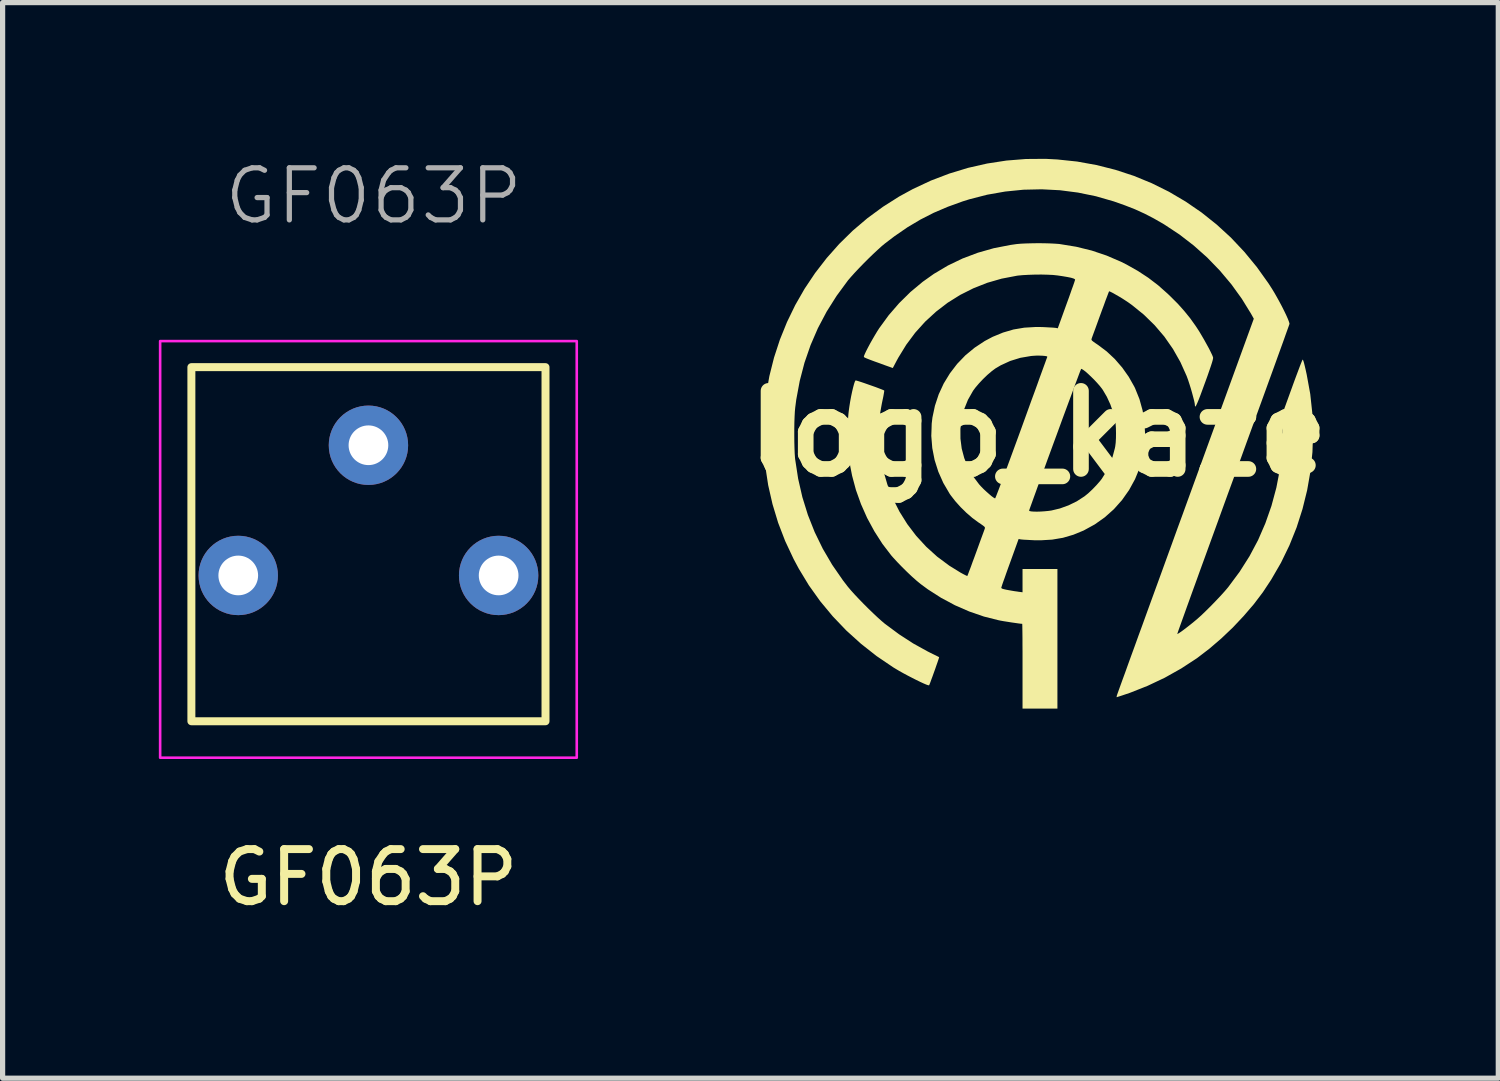
<source format=kicad_pcb>
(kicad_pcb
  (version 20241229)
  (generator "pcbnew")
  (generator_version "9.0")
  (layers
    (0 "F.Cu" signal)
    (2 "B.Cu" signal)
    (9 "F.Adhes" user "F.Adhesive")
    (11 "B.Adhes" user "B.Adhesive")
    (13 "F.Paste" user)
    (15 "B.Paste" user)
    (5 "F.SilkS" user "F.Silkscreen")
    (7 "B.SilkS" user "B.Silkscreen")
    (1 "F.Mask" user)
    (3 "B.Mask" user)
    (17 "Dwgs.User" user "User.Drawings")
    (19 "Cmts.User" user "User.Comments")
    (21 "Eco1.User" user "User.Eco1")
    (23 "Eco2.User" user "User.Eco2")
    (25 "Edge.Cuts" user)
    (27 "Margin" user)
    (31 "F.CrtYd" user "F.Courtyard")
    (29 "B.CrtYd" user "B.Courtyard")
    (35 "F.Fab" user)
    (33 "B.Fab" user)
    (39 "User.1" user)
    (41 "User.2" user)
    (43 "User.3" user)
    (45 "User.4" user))
  (footprint "logo_kaze"
    (layer "F.Cu")
    (at 16.886 5.277)
    (property "Reference" "logo_kaze" (at 0 0 0) (layer "F.SilkS") (effects (font (size 1.5 1.5) (thickness 0.3))))
    (attr board_only exclude_from_pos_files exclude_from_bom)
    (fp_poly (pts (xy 0.367 -5.265) (xy 0.747 -5.225) (xy 1.119 -5.158) (xy 1.483 -5.066) (xy 1.837 -4.95) (xy 2.18 -4.809) (xy 2.511 -4.645) (xy 2.83 -4.457) (xy 3.135 -4.248) (xy 3.426 -4.016) (xy 3.701 -3.764) (xy 3.959 -3.49) (xy 4.2 -3.197) (xy 4.423 -2.884) (xy 4.49 -2.78) (xy 4.536 -2.704) (xy 4.584 -2.62) (xy 4.633 -2.531) (xy 4.68 -2.443) (xy 4.723 -2.357) (xy 4.761 -2.278) (xy 4.792 -2.209) (xy 4.813 -2.155) (xy 4.824 -2.119) (xy 4.825 -2.108) (xy 4.82 -2.092) (xy 4.806 -2.052) (xy 4.783 -1.988) (xy 4.752 -1.902) (xy 4.714 -1.794) (xy 4.668 -1.667) (xy 4.615 -1.521) (xy 4.556 -1.357) (xy 4.491 -1.177) (xy 4.42 -0.982) (xy 4.344 -0.772) (xy 4.263 -0.549) (xy 4.178 -0.315) (xy 4.089 -0.07) (xy 3.996 0.185) (xy 3.901 0.448) (xy 3.802 0.719) (xy 3.743 0.882) (xy 3.643 1.155) (xy 3.546 1.422) (xy 3.452 1.682) (xy 3.361 1.932) (xy 3.274 2.171) (xy 3.191 2.4) (xy 3.112 2.616) (xy 3.039 2.819) (xy 2.971 3.006) (xy 2.909 3.178) (xy 2.853 3.333) (xy 2.804 3.47) (xy 2.762 3.587) (xy 2.727 3.684) (xy 2.7 3.759) (xy 2.682 3.812) (xy 2.672 3.841) (xy 2.67 3.846) (xy 2.682 3.843) (xy 2.711 3.825) (xy 2.755 3.795) (xy 2.809 3.755) (xy 2.87 3.708) (xy 2.936 3.656) (xy 3.001 3.603) (xy 3.057 3.556) (xy 3.134 3.487) (xy 3.221 3.403) (xy 3.315 3.31) (xy 3.41 3.212) (xy 3.501 3.116) (xy 3.582 3.026) (xy 3.648 2.948) (xy 3.654 2.94) (xy 3.868 2.652) (xy 4.057 2.354) (xy 4.222 2.044) (xy 4.362 1.721) (xy 4.479 1.387) (xy 4.573 1.038) (xy 4.643 0.676) (xy 4.666 0.513) (xy 4.67 0.466) (xy 4.674 0.396) (xy 4.678 0.31) (xy 4.681 0.211) (xy 4.684 0.106) (xy 4.685 0.007) (xy 4.688 -0.375) (xy 4.878 -0.899) (xy 4.919 -1.012) (xy 4.958 -1.117) (xy 4.993 -1.21) (xy 5.023 -1.29) (xy 5.048 -1.354) (xy 5.066 -1.398) (xy 5.076 -1.42) (xy 5.077 -1.422) (xy 5.084 -1.416) (xy 5.092 -1.397) (xy 5.103 -1.361) (xy 5.117 -1.306) (xy 5.135 -1.23) (xy 5.157 -1.129) (xy 5.157 -1.128) (xy 5.224 -0.76) (xy 5.264 -0.389) (xy 5.278 -0.017) (xy 5.266 0.354) (xy 5.228 0.723) (xy 5.164 1.088) (xy 5.075 1.448) (xy 4.962 1.801) (xy 4.824 2.145) (xy 4.662 2.479) (xy 4.475 2.802) (xy 4.313 3.047) (xy 4.141 3.274) (xy 3.947 3.5) (xy 3.738 3.722) (xy 3.517 3.932) (xy 3.29 4.127) (xy 3.063 4.301) (xy 3.047 4.313) (xy 2.747 4.509) (xy 2.43 4.687) (xy 2.1 4.843) (xy 1.764 4.976) (xy 1.69 5.001) (xy 1.625 5.023) (xy 1.57 5.041) (xy 1.529 5.054) (xy 1.509 5.061) (xy 1.507 5.061) (xy 1.506 5.05) (xy 1.51 5.03) (xy 1.515 5.015) (xy 1.529 4.975) (xy 1.552 4.911) (xy 1.583 4.825) (xy 1.622 4.717) (xy 1.669 4.589) (xy 1.722 4.441) (xy 1.782 4.275) (xy 1.849 4.092) (xy 1.921 3.892) (xy 2 3.677) (xy 2.083 3.447) (xy 2.171 3.205) (xy 2.264 2.95) (xy 2.361 2.684) (xy 2.461 2.408) (xy 2.565 2.122) (xy 2.671 1.829) (xy 2.781 1.529) (xy 2.829 1.396) (xy 4.14 -2.207) (xy 4.086 -2.304) (xy 3.909 -2.591) (xy 3.709 -2.868) (xy 3.487 -3.132) (xy 3.246 -3.381) (xy 2.987 -3.612) (xy 2.714 -3.823) (xy 2.428 -4.012) (xy 2.407 -4.025) (xy 2.221 -4.132) (xy 2.041 -4.225) (xy 1.859 -4.308) (xy 1.665 -4.384) (xy 1.453 -4.459) (xy 1.45 -4.46) (xy 1.11 -4.558) (xy 0.765 -4.629) (xy 0.417 -4.674) (xy 0.067 -4.692) (xy -0.284 -4.684) (xy -0.633 -4.649) (xy -0.98 -4.588) (xy -1.322 -4.5) (xy -1.45 -4.46) (xy -1.737 -4.356) (xy -2.006 -4.241) (xy -2.263 -4.11) (xy -2.513 -3.961) (xy -2.761 -3.79) (xy -2.941 -3.653) (xy -3.004 -3.601) (xy -3.081 -3.531) (xy -3.168 -3.45) (xy -3.26 -3.361) (xy -3.353 -3.268) (xy -3.443 -3.175) (xy -3.525 -3.088) (xy -3.596 -3.009) (xy -3.652 -2.944) (xy -3.655 -2.94) (xy -3.871 -2.646) (xy -4.063 -2.342) (xy -4.23 -2.026) (xy -4.371 -1.7) (xy -4.488 -1.362) (xy -4.579 -1.013) (xy -4.646 -0.653) (xy -4.666 -0.499) (xy -4.673 -0.424) (xy -4.678 -0.328) (xy -4.682 -0.216) (xy -4.684 -0.094) (xy -4.684 0.033) (xy -4.683 0.158) (xy -4.68 0.276) (xy -4.676 0.38) (xy -4.67 0.466) (xy -4.666 0.499) (xy -4.61 0.864) (xy -4.529 1.218) (xy -4.423 1.56) (xy -4.292 1.891) (xy -4.136 2.211) (xy -3.955 2.52) (xy -3.748 2.819) (xy -3.655 2.94) (xy -3.601 3.004) (xy -3.531 3.082) (xy -3.449 3.169) (xy -3.359 3.262) (xy -3.266 3.355) (xy -3.174 3.444) (xy -3.087 3.526) (xy -3.009 3.596) (xy -2.944 3.651) (xy -2.941 3.653) (xy -2.67 3.854) (xy -2.4 4.029) (xy -2.127 4.18) (xy -2.072 4.208) (xy -2.011 4.238) (xy -1.959 4.263) (xy -1.922 4.282) (xy -1.904 4.291) (xy -1.903 4.291) (xy -1.905 4.304) (xy -1.916 4.338) (xy -1.933 4.389) (xy -1.955 4.451) (xy -1.979 4.521) (xy -2.005 4.593) (xy -2.03 4.663) (xy -2.054 4.727) (xy -2.073 4.78) (xy -2.088 4.817) (xy -2.095 4.832) (xy -2.11 4.832) (xy -2.146 4.82) (xy -2.198 4.798) (xy -2.263 4.768) (xy -2.339 4.731) (xy -2.42 4.69) (xy -2.505 4.646) (xy -2.589 4.601) (xy -2.668 4.557) (xy -2.74 4.514) (xy -2.78 4.49) (xy -3.102 4.272) (xy -3.403 4.035) (xy -3.685 3.78) (xy -3.945 3.508) (xy -4.185 3.219) (xy -4.403 2.914) (xy -4.598 2.592) (xy -4.697 2.407) (xy -4.859 2.062) (xy -4.994 1.711) (xy -5.102 1.354) (xy -5.185 0.99) (xy -5.242 0.617) (xy -5.265 0.367) (xy -5.279 -0.007) (xy -5.265 -0.378) (xy -5.226 -0.745) (xy -5.162 -1.106) (xy -5.073 -1.46) (xy -4.96 -1.806) (xy -4.824 -2.142) (xy -4.666 -2.468) (xy -4.486 -2.782) (xy -4.284 -3.084) (xy -4.062 -3.371) (xy -3.821 -3.643) (xy -3.56 -3.899) (xy -3.28 -4.137) (xy -2.983 -4.355) (xy -2.669 -4.554) (xy -2.407 -4.697) (xy -2.061 -4.859) (xy -1.707 -4.994) (xy -1.346 -5.104) (xy -0.98 -5.187) (xy -0.61 -5.244) (xy -0.236 -5.274) (xy 0.14 -5.277)) (stroke (width 0) (type solid)) (fill yes) (layer "F.SilkS"))
    (fp_poly (pts (xy 0.108 -3.656) (xy 0.221 -3.653) (xy 0.322 -3.648) (xy 0.404 -3.642) (xy 0.417 -3.64) (xy 0.729 -3.589) (xy 1.027 -3.516) (xy 1.312 -3.42) (xy 1.589 -3.301) (xy 1.695 -3.248) (xy 1.913 -3.125) (xy 2.113 -2.994) (xy 2.303 -2.849) (xy 2.489 -2.684) (xy 2.542 -2.633) (xy 2.683 -2.492) (xy 2.805 -2.355) (xy 2.917 -2.217) (xy 3.022 -2.07) (xy 3.048 -2.031) (xy 3.092 -1.963) (xy 3.139 -1.884) (xy 3.188 -1.8) (xy 3.235 -1.715) (xy 3.279 -1.635) (xy 3.315 -1.563) (xy 3.343 -1.504) (xy 3.358 -1.465) (xy 3.358 -1.448) (xy 3.352 -1.417) (xy 3.339 -1.37) (xy 3.318 -1.305) (xy 3.289 -1.22) (xy 3.252 -1.113) (xy 3.205 -0.983) (xy 3.2 -0.97) (xy 3.152 -0.839) (xy 3.113 -0.733) (xy 3.081 -0.65) (xy 3.055 -0.588) (xy 3.036 -0.547) (xy 3.023 -0.525) (xy 3.014 -0.52) (xy 3.01 -0.531) (xy 3.009 -0.547) (xy 3.005 -0.581) (xy 2.994 -0.634) (xy 2.976 -0.703) (xy 2.955 -0.782) (xy 2.931 -0.866) (xy 2.905 -0.949) (xy 2.88 -1.026) (xy 2.856 -1.092) (xy 2.85 -1.108) (xy 2.73 -1.375) (xy 2.587 -1.627) (xy 2.422 -1.864) (xy 2.235 -2.083) (xy 2.028 -2.285) (xy 1.801 -2.469) (xy 1.73 -2.52) (xy 1.677 -2.555) (xy 1.617 -2.594) (xy 1.554 -2.632) (xy 1.493 -2.667) (xy 1.439 -2.698) (xy 1.396 -2.72) (xy 1.369 -2.732) (xy 1.361 -2.733) (xy 1.355 -2.719) (xy 1.341 -2.683) (xy 1.32 -2.627) (xy 1.292 -2.554) (xy 1.261 -2.467) (xy 1.225 -2.371) (xy 1.198 -2.297) (xy 1.16 -2.193) (xy 1.125 -2.096) (xy 1.093 -2.008) (xy 1.066 -1.935) (xy 1.045 -1.878) (xy 1.032 -1.842) (xy 1.028 -1.83) (xy 1.023 -1.814) (xy 1.024 -1.8) (xy 1.035 -1.785) (xy 1.06 -1.765) (xy 1.101 -1.736) (xy 1.153 -1.701) (xy 1.316 -1.578) (xy 1.471 -1.433) (xy 1.613 -1.269) (xy 1.738 -1.092) (xy 1.844 -0.905) (xy 1.859 -0.875) (xy 1.944 -0.664) (xy 2.005 -0.444) (xy 2.041 -0.218) (xy 2.052 0.01) (xy 2.039 0.239) (xy 2.001 0.464) (xy 1.938 0.683) (xy 1.859 0.875) (xy 1.745 1.083) (xy 1.609 1.276) (xy 1.453 1.451) (xy 1.278 1.607) (xy 1.086 1.743) (xy 0.878 1.857) (xy 0.875 1.859) (xy 0.676 1.941) (xy 0.475 2) (xy 0.268 2.035) (xy 0.049 2.048) (xy -0.075 2.047) (xy -0.153 2.043) (xy -0.224 2.039) (xy -0.283 2.036) (xy -0.323 2.032) (xy -0.335 2.031) (xy -0.376 2.023) (xy -0.54 2.477) (xy -0.579 2.584) (xy -0.614 2.682) (xy -0.645 2.771) (xy -0.672 2.845) (xy -0.692 2.903) (xy -0.704 2.941) (xy -0.709 2.955) (xy -0.706 2.967) (xy -0.691 2.977) (xy -0.658 2.987) (xy -0.604 2.999) (xy -0.592 3.001) (xy -0.525 3.013) (xy -0.455 3.025) (xy -0.395 3.033) (xy -0.386 3.035) (xy -0.301 3.046) (xy -0.301 2.822) (xy -0.301 2.599) (xy 0.034 2.599) (xy 0.369 2.599) (xy 0.369 3.939) (xy 0.369 5.28) (xy 0.034 5.28) (xy -0.301 5.28) (xy -0.301 4.466) (xy -0.301 4.319) (xy -0.301 4.182) (xy -0.302 4.054) (xy -0.302 3.94) (xy -0.303 3.842) (xy -0.304 3.762) (xy -0.305 3.702) (xy -0.306 3.664) (xy -0.307 3.652) (xy -0.334 3.65) (xy -0.382 3.644) (xy -0.444 3.635) (xy -0.515 3.625) (xy -0.589 3.613) (xy -0.66 3.602) (xy -0.722 3.591) (xy -0.761 3.583) (xy -1.043 3.512) (xy -1.324 3.415) (xy -1.599 3.295) (xy -1.864 3.153) (xy -2.117 2.991) (xy -2.257 2.888) (xy -2.335 2.824) (xy -2.425 2.744) (xy -2.52 2.654) (xy -2.616 2.559) (xy -2.707 2.465) (xy -2.787 2.378) (xy -2.821 2.339) (xy -2.991 2.117) (xy -3.146 1.875) (xy -3.285 1.619) (xy -3.403 1.353) (xy -3.5 1.082) (xy -3.573 0.81) (xy -3.582 0.765) (xy -3.608 0.632) (xy -3.628 0.511) (xy -3.642 0.396) (xy -3.65 0.279) (xy -3.655 0.15) (xy -3.656 0.003) (xy -3.656 -0.007) (xy -3.656 -0.125) (xy -3.654 -0.223) (xy -3.65 -0.306) (xy -3.644 -0.382) (xy -3.635 -0.456) (xy -3.626 -0.52) (xy -3.61 -0.621) (xy -3.592 -0.718) (xy -3.573 -0.808) (xy -3.554 -0.887) (xy -3.537 -0.951) (xy -3.522 -0.996) (xy -3.509 -1.02) (xy -3.507 -1.022) (xy -3.491 -1.019) (xy -3.453 -1.008) (xy -3.4 -0.991) (xy -3.335 -0.969) (xy -3.264 -0.944) (xy -3.19 -0.918) (xy -3.119 -0.893) (xy -3.056 -0.869) (xy -3.004 -0.849) (xy -2.97 -0.835) (xy -2.957 -0.828) (xy -2.957 -0.813) (xy -2.963 -0.776) (xy -2.972 -0.724) (xy -2.985 -0.66) (xy -2.987 -0.653) (xy -3.003 -0.575) (xy -3.018 -0.492) (xy -3.031 -0.417) (xy -3.039 -0.369) (xy -3.047 -0.284) (xy -3.053 -0.179) (xy -3.055 -0.061) (xy -3.054 0.063) (xy -3.05 0.185) (xy -3.044 0.298) (xy -3.034 0.394) (xy -3.031 0.416) (xy -2.976 0.702) (xy -2.896 0.978) (xy -2.792 1.244) (xy -2.664 1.497) (xy -2.514 1.737) (xy -2.343 1.962) (xy -2.151 2.171) (xy -1.94 2.362) (xy -1.709 2.534) (xy -1.494 2.667) (xy -1.441 2.696) (xy -1.398 2.718) (xy -1.37 2.731) (xy -1.361 2.733) (xy -1.355 2.719) (xy -1.341 2.683) (xy -1.32 2.627) (xy -1.292 2.554) (xy -1.261 2.467) (xy -1.225 2.371) (xy -1.198 2.297) (xy -1.16 2.193) (xy -1.125 2.096) (xy -1.093 2.008) (xy -1.066 1.935) (xy -1.045 1.878) (xy -1.032 1.842) (xy -1.028 1.83) (xy -1.023 1.814) (xy -1.024 1.8) (xy -1.035 1.785) (xy -1.06 1.765) (xy -1.101 1.736) (xy -1.153 1.701) (xy -1.263 1.62) (xy -1.378 1.521) (xy -1.422 1.477) (xy -0.175 1.477) (xy -0.166 1.486) (xy -0.135 1.493) (xy -0.085 1.497) (xy -0.023 1.498) (xy 0.048 1.496) (xy 0.122 1.491) (xy 0.195 1.484) (xy 0.253 1.476) (xy 0.416 1.437) (xy 0.582 1.377) (xy 0.74 1.3) (xy 0.882 1.208) (xy 0.887 1.205) (xy 0.961 1.145) (xy 1.041 1.07) (xy 1.119 0.989) (xy 1.188 0.91) (xy 1.222 0.866) (xy 1.301 0.739) (xy 1.372 0.594) (xy 1.43 0.438) (xy 1.472 0.281) (xy 1.479 0.246) (xy 1.488 0.175) (xy 1.493 0.085) (xy 1.494 -0.012) (xy 1.492 -0.108) (xy 1.486 -0.194) (xy 1.479 -0.246) (xy 1.441 -0.403) (xy 1.386 -0.56) (xy 1.318 -0.708) (xy 1.241 -0.839) (xy 1.222 -0.866) (xy 1.181 -0.918) (xy 1.13 -0.976) (xy 1.074 -1.036) (xy 1.015 -1.094) (xy 0.958 -1.148) (xy 0.907 -1.193) (xy 0.864 -1.225) (xy 0.833 -1.243) (xy 0.825 -1.244) (xy 0.82 -1.232) (xy 0.805 -1.196) (xy 0.783 -1.138) (xy 0.754 -1.06) (xy 0.718 -0.965) (xy 0.677 -0.854) (xy 0.631 -0.729) (xy 0.58 -0.592) (xy 0.526 -0.446) (xy 0.469 -0.292) (xy 0.411 -0.133) (xy 0.351 0.031) (xy 0.29 0.196) (xy 0.23 0.36) (xy 0.17 0.523) (xy 0.113 0.681) (xy 0.057 0.833) (xy 0.005 0.976) (xy -0.043 1.11) (xy -0.087 1.231) (xy -0.125 1.337) (xy -0.158 1.428) (xy -0.175 1.477) (xy -1.422 1.477) (xy -1.49 1.411) (xy -1.593 1.296) (xy -1.679 1.185) (xy -1.7 1.155) (xy -1.822 0.947) (xy -1.918 0.731) (xy -1.989 0.507) (xy -2.034 0.277) (xy -2.053 0.043) (xy -2.048 -0.093) (xy -1.494 -0.093) (xy -1.493 0.097) (xy -1.469 0.286) (xy -1.42 0.47) (xy -1.349 0.648) (xy -1.253 0.816) (xy -1.135 0.973) (xy -1.095 1.017) (xy -1.047 1.066) (xy -0.994 1.115) (xy -0.942 1.161) (xy -0.895 1.201) (xy -0.856 1.229) (xy -0.831 1.243) (xy -0.828 1.244) (xy -0.821 1.231) (xy -0.806 1.195) (xy -0.783 1.136) (xy -0.752 1.056) (xy -0.715 0.957) (xy -0.671 0.841) (xy -0.622 0.71) (xy -0.568 0.564) (xy -0.51 0.406) (xy -0.448 0.237) (xy -0.383 0.06) (xy -0.321 -0.11) (xy -0.254 -0.295) (xy -0.19 -0.472) (xy -0.129 -0.641) (xy -0.071 -0.798) (xy -0.018 -0.944) (xy 0.029 -1.076) (xy 0.071 -1.191) (xy 0.107 -1.29) (xy 0.136 -1.369) (xy 0.157 -1.428) (xy 0.171 -1.464) (xy 0.175 -1.476) (xy 0.166 -1.485) (xy 0.134 -1.491) (xy 0.086 -1.496) (xy 0.027 -1.498) (xy -0.038 -1.498) (xy -0.103 -1.494) (xy -0.137 -1.491) (xy -0.343 -1.456) (xy -0.537 -1.396) (xy -0.718 -1.313) (xy -0.823 -1.251) (xy -0.895 -1.197) (xy -0.977 -1.127) (xy -1.06 -1.047) (xy -1.138 -0.964) (xy -1.206 -0.884) (xy -1.251 -0.823) (xy -1.349 -0.65) (xy -1.422 -0.469) (xy -1.47 -0.283) (xy -1.494 -0.093) (xy -2.048 -0.093) (xy -2.045 -0.193) (xy -2.031 -0.31) (xy -1.983 -0.536) (xy -1.911 -0.754) (xy -1.815 -0.962) (xy -1.696 -1.157) (xy -1.557 -1.339) (xy -1.398 -1.504) (xy -1.22 -1.651) (xy -1.026 -1.779) (xy -0.875 -1.859) (xy -0.676 -1.941) (xy -0.475 -2) (xy -0.268 -2.035) (xy -0.049 -2.048) (xy 0.075 -2.047) (xy 0.153 -2.043) (xy 0.224 -2.039) (xy 0.283 -2.036) (xy 0.323 -2.032) (xy 0.335 -2.031) (xy 0.376 -2.023) (xy 0.54 -2.477) (xy 0.579 -2.584) (xy 0.614 -2.682) (xy 0.645 -2.771) (xy 0.672 -2.845) (xy 0.692 -2.903) (xy 0.704 -2.941) (xy 0.709 -2.955) (xy 0.702 -2.967) (xy 0.676 -2.98) (xy 0.629 -2.994) (xy 0.559 -3.008) (xy 0.465 -3.024) (xy 0.369 -3.038) (xy 0.285 -3.047) (xy 0.181 -3.052) (xy 0.063 -3.055) (xy -0.06 -3.054) (xy -0.181 -3.05) (xy -0.294 -3.044) (xy -0.392 -3.035) (xy -0.416 -3.031) (xy -0.703 -2.976) (xy -0.98 -2.896) (xy -1.245 -2.791) (xy -1.498 -2.664) (xy -1.738 -2.514) (xy -1.962 -2.342) (xy -2.171 -2.15) (xy -2.362 -1.938) (xy -2.534 -1.707) (xy -2.686 -1.459) (xy -2.715 -1.406) (xy -2.792 -1.26) (xy -2.938 -1.312) (xy -3.052 -1.354) (xy -3.142 -1.386) (xy -3.212 -1.412) (xy -3.264 -1.432) (xy -3.301 -1.447) (xy -3.325 -1.458) (xy -3.34 -1.466) (xy -3.346 -1.472) (xy -3.348 -1.475) (xy -3.344 -1.495) (xy -3.328 -1.534) (xy -3.302 -1.589) (xy -3.268 -1.655) (xy -3.228 -1.73) (xy -3.184 -1.808) (xy -3.138 -1.887) (xy -3.093 -1.962) (xy -3.05 -2.029) (xy -3.048 -2.031) (xy -2.871 -2.274) (xy -2.671 -2.505) (xy -2.453 -2.72) (xy -2.219 -2.915) (xy -2.002 -3.069) (xy -1.734 -3.228) (xy -1.453 -3.363) (xy -1.159 -3.474) (xy -0.853 -3.561) (xy -0.535 -3.623) (xy -0.417 -3.64) (xy -0.34 -3.647) (xy -0.243 -3.652) (xy -0.131 -3.655) (xy -0.012 -3.657)) (stroke (width 0) (type solid)) (fill yes) (layer "F.SilkS")))
  (footprint "GF063P"
    (layer "F.Cu")
    (at 4.025 8)
    (property "Reference" "GF063P" (at 0 5.8 0) (unlocked yes) (layer "F.SilkS") (effects (font (size 1 1) (thickness 0.153))))
    (attr through_hole)
    (fp_rect (start -3.4 -4) (end 3.4 2.8) (stroke (width 0.153) (type default)) (fill no) (layer "F.SilkS"))
    (fp_rect (start -4 -4.5) (end 4 3.5) (stroke (width 0.05) (type default)) (fill no) (layer "F.CrtYd"))
    (fp_text user "${REFERENCE}" (at 0.1 -6.7 0) (unlocked yes) (layer "F.Fab") (effects (font (size 1 1) (thickness 0.1)) (justify bottom)))
    (pad "1" thru_hole circle (at -2.5 0) (size 1.524 1.524) (drill 0.762) (layers "*.Cu" "*.Mask"))
    (pad "2" thru_hole circle (at 0 -2.5) (size 1.524 1.524) (drill 0.762) (layers "*.Cu" "*.Mask"))
    (pad "3" thru_hole circle (at 2.5 0) (size 1.524 1.524) (drill 0.762) (layers "*.Cu" "*.Mask")))
  (gr_rect
    (start -3 -3)
    (end 25.721 17.654)
    (stroke (width 0.1) (type default))
    (fill no)
    (layer "Edge.Cuts")))
</source>
